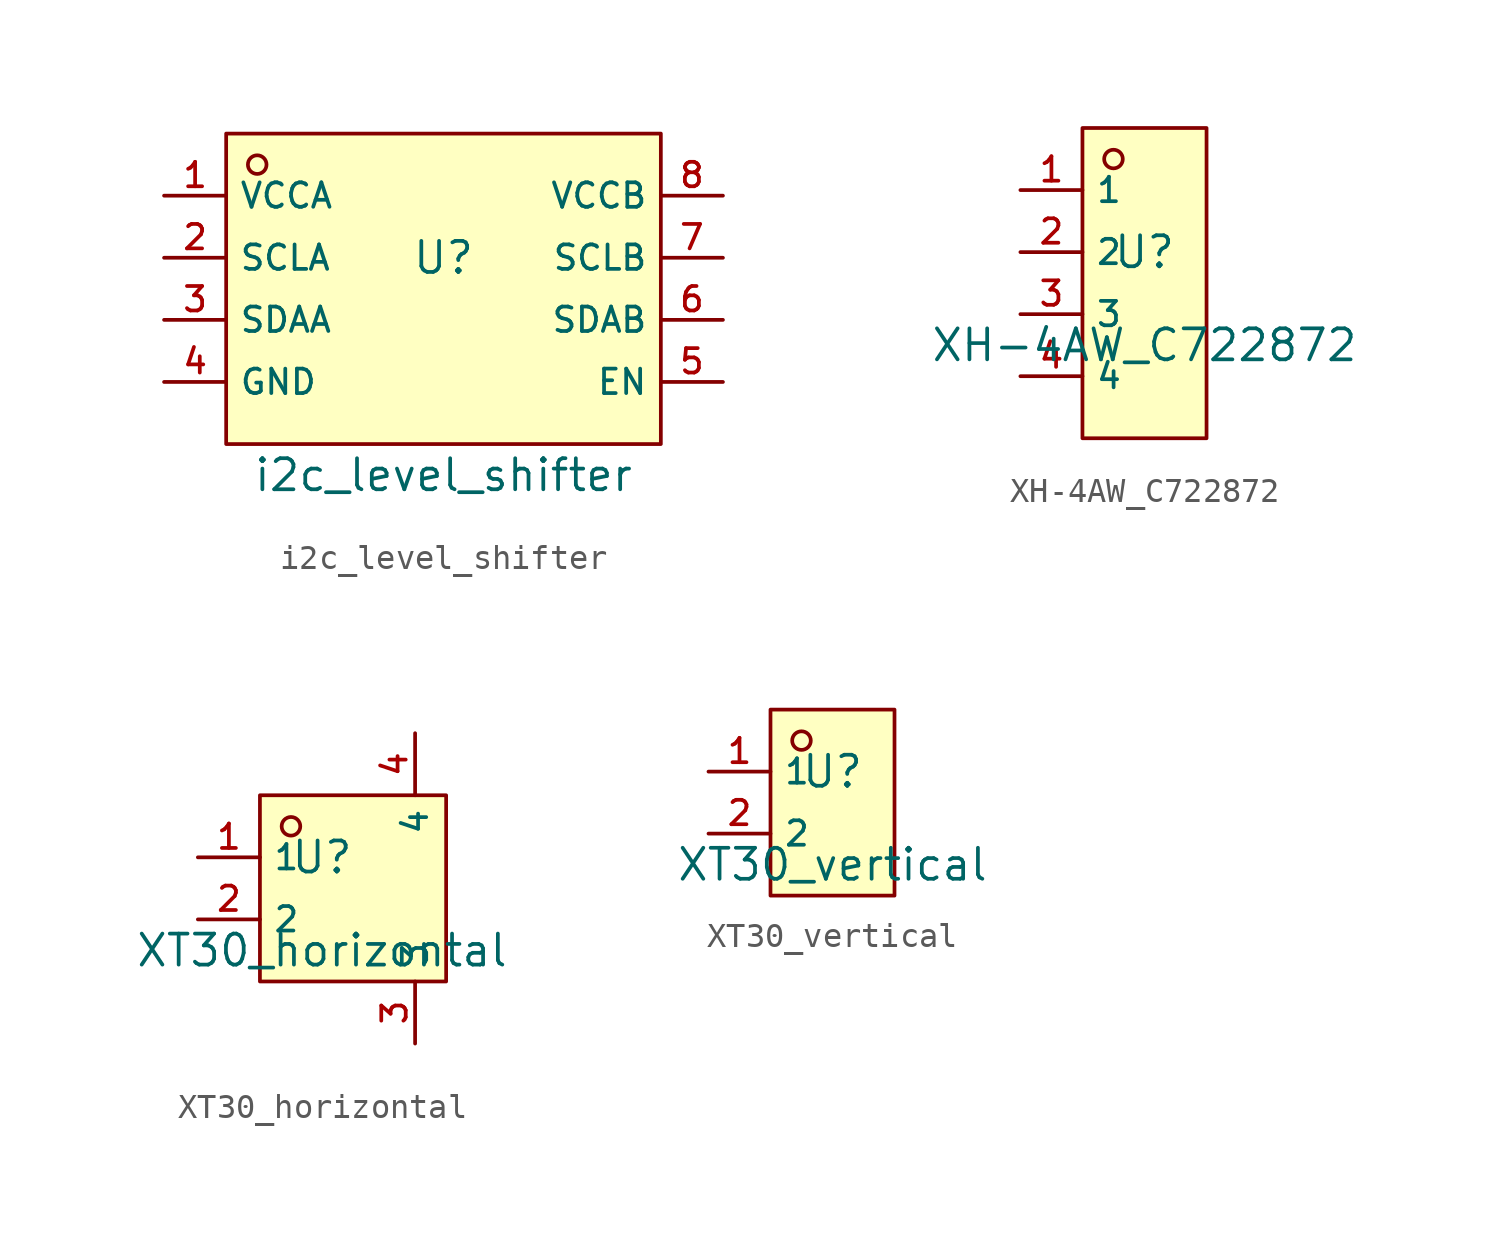
<source format=kicad_sym>
(kicad_symbol_lib
  (version 20231120)
  (generator "kicad_symbol_editor")
  (generator_version "8.0")
  (symbol "i2c_level_shifter"
    (property "Reference" "U"
      (at 0 1.27 0)
      (effects (font (size 1.27 1.27))))
    (property "Value" "i2c_level_shifter"
      (at 0 -7.62 0)
      (effects (font (size 1.27 1.27))))
    (symbol "i2c_level_shifter_0_1"
      (rectangle (start -8.89 6.35) (end 8.89 -6.35) (stroke (width 0) (type default)) (fill (type background)))
      (circle (center -7.62 5.08) (radius 0.381) (stroke (width 0) (type default)) (fill (type background)))
      (pin unspecified line (at -11.43 3.81 0) (length 2.54) (name "VCCA" (effects (font (size 1 1)))) (number "1" (effects (font (size 1 1)))))
      (pin unspecified line (at -11.43 1.27 0) (length 2.54) (name "SCLA" (effects (font (size 1 1)))) (number "2" (effects (font (size 1 1)))))
      (pin unspecified line (at -11.43 -1.27 0) (length 2.54) (name "SDAA" (effects (font (size 1 1)))) (number "3" (effects (font (size 1 1)))))
      (pin unspecified line (at -11.43 -3.81 0) (length 2.54) (name "GND" (effects (font (size 1 1)))) (number "4" (effects (font (size 1 1)))))
      (pin unspecified line (at 11.43 -3.81 180) (length 2.54) (name "EN" (effects (font (size 1 1)))) (number "5" (effects (font (size 1 1)))))
      (pin unspecified line (at 11.43 -1.27 180) (length 2.54) (name "SDAB" (effects (font (size 1 1)))) (number "6" (effects (font (size 1 1)))))
      (pin unspecified line (at 11.43 1.27 180) (length 2.54) (name "SCLB" (effects (font (size 1 1)))) (number "7" (effects (font (size 1 1)))))
      (pin unspecified line (at 11.43 3.81 180) (length 2.54) (name "VCCB" (effects (font (size 1 1)))) (number "8" (effects (font (size 1 1)))))))
  (symbol "XH-4AW_C722872"
    (property "Reference" "U"
      (at 0 1.27 0)
      (effects (font (size 1.27 1.27))))
    (property "Value" "XH-4AW_C722872"
      (at 0 -2.54 0)
      (effects (font (size 1.27 1.27))))
    (symbol "XH-4AW_C722872_0_1"
      (rectangle (start -2.54 6.35) (end 2.54 -6.35) (stroke (width 0) (type default)) (fill (type background)))
      (circle (center -1.27 5.08) (radius 0.381) (stroke (width 0) (type default)) (fill (type background)))
      (pin unspecified line (at -5.08 3.81 0) (length 2.54) (name "1" (effects (font (size 1 1)))) (number "1" (effects (font (size 1 1)))))
      (pin unspecified line (at -5.08 1.27 0) (length 2.54) (name "2" (effects (font (size 1 1)))) (number "2" (effects (font (size 1 1)))))
      (pin unspecified line (at -5.08 -1.27 0) (length 2.54) (name "3" (effects (font (size 1 1)))) (number "3" (effects (font (size 1 1)))))
      (pin unspecified line (at -5.08 -3.81 0) (length 2.54) (name "4" (effects (font (size 1 1)))) (number "4" (effects (font (size 1 1)))))))
  (symbol "XT30_horizontal"
    (property "Reference" "U"
      (at 0 1.27 0)
      (effects (font (size 1.27 1.27))))
    (property "Value" "XT30_horizontal"
      (at 0 -2.54 0)
      (effects (font (size 1.27 1.27))))
    (symbol "XT30_horizontal_0_1"
      (rectangle (start -2.54 3.81) (end 5.08 -3.81) (stroke (width 0) (type default)) (fill (type background)))
      (circle (center -1.27 2.54) (radius 0.381) (stroke (width 0) (type default)) (fill (type background)))
      (pin unspecified line (at -5.08 1.27 0) (length 2.54) (name "1" (effects (font (size 1 1)))) (number "1" (effects (font (size 1 1)))))
      (pin unspecified line (at -5.08 -1.27 0) (length 2.54) (name "2" (effects (font (size 1 1)))) (number "2" (effects (font (size 1 1)))))
      (pin unspecified line (at 3.81 -6.35 90) (length 2.54) (name "3" (effects (font (size 1 1)))) (number "3" (effects (font (size 1 1)))))
      (pin unspecified line (at 3.81 6.35 270) (length 2.54) (name "4" (effects (font (size 1 1)))) (number "4" (effects (font (size 1 1)))))))
  (symbol "XT30_vertical"
    (property "Reference" "U"
      (at 0 1.27 0)
      (effects (font (size 1.27 1.27))))
    (property "Value" "XT30_vertical"
      (at 0 -2.54 0)
      (effects (font (size 1.27 1.27))))
    (symbol "XT30_vertical_0_1"
      (rectangle (start -2.54 3.81) (end 2.54 -3.81) (stroke (width 0) (type default)) (fill (type background)))
      (circle (center -1.27 2.54) (radius 0.381) (stroke (width 0) (type default)) (fill (type background)))
      (pin unspecified line (at -5.08 1.27 0) (length 2.54) (name "1" (effects (font (size 1 1)))) (number "1" (effects (font (size 1 1)))))
      (pin unspecified line (at -5.08 -1.27 0) (length 2.54) (name "2" (effects (font (size 1 1)))) (number "2" (effects (font (size 1 1))))))))
</source>
